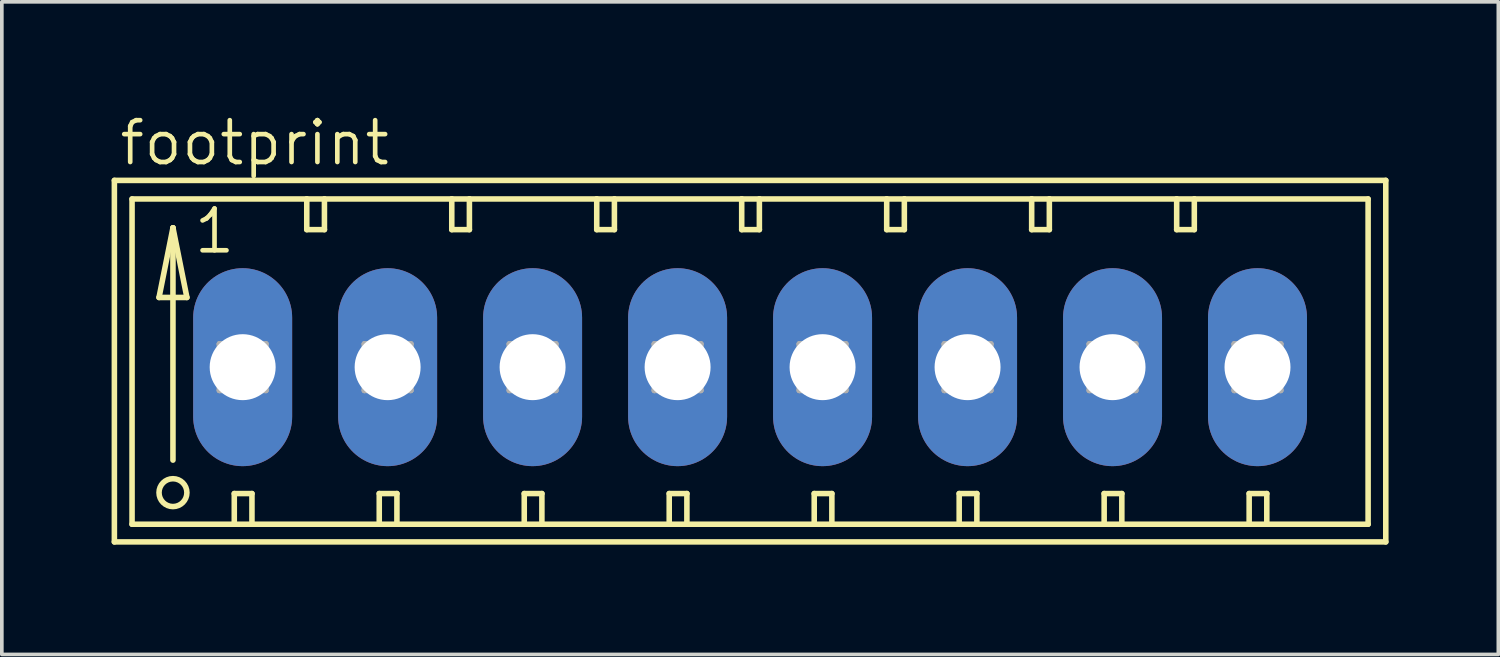
<source format=kicad_pcb>
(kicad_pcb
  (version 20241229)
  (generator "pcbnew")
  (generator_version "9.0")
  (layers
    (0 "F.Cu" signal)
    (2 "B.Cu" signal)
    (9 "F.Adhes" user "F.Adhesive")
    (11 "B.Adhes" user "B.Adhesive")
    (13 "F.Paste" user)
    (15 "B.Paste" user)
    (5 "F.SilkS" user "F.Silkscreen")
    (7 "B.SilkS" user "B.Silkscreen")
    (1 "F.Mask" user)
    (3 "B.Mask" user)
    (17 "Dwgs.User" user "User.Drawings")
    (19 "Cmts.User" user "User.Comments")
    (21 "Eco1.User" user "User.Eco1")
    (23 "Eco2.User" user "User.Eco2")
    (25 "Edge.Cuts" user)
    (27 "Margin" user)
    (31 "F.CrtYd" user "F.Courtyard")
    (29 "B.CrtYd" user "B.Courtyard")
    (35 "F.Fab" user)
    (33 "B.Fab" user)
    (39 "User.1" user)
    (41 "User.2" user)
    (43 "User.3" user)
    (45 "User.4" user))
  (footprint "footprint"
    (layer "F.Cu")
    (at 17.45 6.985)
    (property "Reference" "footprint" (at -17.297 -5.461 0) (layer "F.SilkS") (effects (font (size 1.143 1.143) (thickness 0.127)) (justify left bottom)))
    (fp_line (start -17.374 -5.105) (end -17.374 4.775) (stroke (width 0.152) (type solid)) (layer "F.SilkS"))
    (fp_line (start -17.374 4.775) (end 17.374 4.775) (stroke (width 0.152) (type solid)) (layer "F.SilkS"))
    (fp_line (start -16.891 -4.597) (end -16.891 4.293) (stroke (width 0.152) (type solid)) (layer "F.SilkS"))
    (fp_line (start -16.891 4.293) (end -14.097 4.293) (stroke (width 0.152) (type solid)) (layer "F.SilkS"))
    (fp_line (start -16.154 -1.905) (end -15.392 -1.905) (stroke (width 0.152) (type solid)) (layer "F.SilkS"))
    (fp_line (start -15.773 -3.81) (end -16.154 -1.905) (stroke (width 0.152) (type solid)) (layer "F.SilkS"))
    (fp_line (start -15.773 -3.81) (end -15.392 -1.905) (stroke (width 0.152) (type solid)) (layer "F.SilkS"))
    (fp_line (start -15.773 2.54) (end -15.773 -3.81) (stroke (width 0.152) (type solid)) (layer "F.SilkS"))
    (fp_line (start -14.097 3.454) (end -14.097 4.293) (stroke (width 0.152) (type solid)) (layer "F.SilkS"))
    (fp_line (start -14.097 3.454) (end -13.614 3.454) (stroke (width 0.152) (type solid)) (layer "F.SilkS"))
    (fp_line (start -14.097 4.293) (end -13.614 4.293) (stroke (width 0.152) (type solid)) (layer "F.SilkS"))
    (fp_line (start -13.614 3.454) (end -13.614 4.293) (stroke (width 0.152) (type solid)) (layer "F.SilkS"))
    (fp_line (start -13.614 4.293) (end -10.135 4.293) (stroke (width 0.152) (type solid)) (layer "F.SilkS"))
    (fp_line (start -12.116 -4.597) (end -16.891 -4.597) (stroke (width 0.152) (type solid)) (layer "F.SilkS"))
    (fp_line (start -12.116 -4.597) (end -12.116 -3.759) (stroke (width 0.152) (type solid)) (layer "F.SilkS"))
    (fp_line (start -12.116 -3.759) (end -11.633 -3.759) (stroke (width 0.152) (type solid)) (layer "F.SilkS"))
    (fp_line (start -11.633 -4.597) (end -12.116 -4.597) (stroke (width 0.152) (type solid)) (layer "F.SilkS"))
    (fp_line (start -11.633 -3.759) (end -11.633 -4.597) (stroke (width 0.152) (type solid)) (layer "F.SilkS"))
    (fp_line (start -10.135 3.454) (end -10.135 4.293) (stroke (width 0.152) (type solid)) (layer "F.SilkS"))
    (fp_line (start -10.135 3.454) (end -9.652 3.454) (stroke (width 0.152) (type solid)) (layer "F.SilkS"))
    (fp_line (start -10.135 4.293) (end -9.652 4.293) (stroke (width 0.152) (type solid)) (layer "F.SilkS"))
    (fp_line (start -9.652 3.454) (end -9.652 4.293) (stroke (width 0.152) (type solid)) (layer "F.SilkS"))
    (fp_line (start -9.652 4.293) (end -6.172 4.293) (stroke (width 0.152) (type solid)) (layer "F.SilkS"))
    (fp_line (start -8.153 -4.597) (end -11.633 -4.597) (stroke (width 0.152) (type solid)) (layer "F.SilkS"))
    (fp_line (start -8.153 -3.759) (end -8.153 -4.597) (stroke (width 0.152) (type solid)) (layer "F.SilkS"))
    (fp_line (start -8.153 -3.759) (end -7.671 -3.759) (stroke (width 0.152) (type solid)) (layer "F.SilkS"))
    (fp_line (start -7.671 -4.597) (end -8.153 -4.597) (stroke (width 0.152) (type solid)) (layer "F.SilkS"))
    (fp_line (start -7.671 -3.759) (end -7.671 -4.597) (stroke (width 0.152) (type solid)) (layer "F.SilkS"))
    (fp_line (start -6.172 3.454) (end -6.172 4.293) (stroke (width 0.152) (type solid)) (layer "F.SilkS"))
    (fp_line (start -6.172 3.454) (end -5.69 3.454) (stroke (width 0.152) (type solid)) (layer "F.SilkS"))
    (fp_line (start -6.172 4.293) (end -5.69 4.293) (stroke (width 0.152) (type solid)) (layer "F.SilkS"))
    (fp_line (start -5.69 3.454) (end -5.69 4.293) (stroke (width 0.152) (type solid)) (layer "F.SilkS"))
    (fp_line (start -5.69 4.293) (end -2.21 4.293) (stroke (width 0.152) (type solid)) (layer "F.SilkS"))
    (fp_line (start -4.191 -4.597) (end -7.671 -4.597) (stroke (width 0.152) (type solid)) (layer "F.SilkS"))
    (fp_line (start -4.191 -3.759) (end -4.191 -4.597) (stroke (width 0.152) (type solid)) (layer "F.SilkS"))
    (fp_line (start -4.191 -3.759) (end -3.708 -3.759) (stroke (width 0.152) (type solid)) (layer "F.SilkS"))
    (fp_line (start -3.708 -4.597) (end -4.191 -4.597) (stroke (width 0.152) (type solid)) (layer "F.SilkS"))
    (fp_line (start -3.708 -3.759) (end -3.708 -4.597) (stroke (width 0.152) (type solid)) (layer "F.SilkS"))
    (fp_line (start -2.21 3.454) (end -2.21 4.293) (stroke (width 0.152) (type solid)) (layer "F.SilkS"))
    (fp_line (start -2.21 3.454) (end -1.727 3.454) (stroke (width 0.152) (type solid)) (layer "F.SilkS"))
    (fp_line (start -2.21 4.293) (end -1.727 4.293) (stroke (width 0.152) (type solid)) (layer "F.SilkS"))
    (fp_line (start -1.727 3.454) (end -1.727 4.293) (stroke (width 0.152) (type solid)) (layer "F.SilkS"))
    (fp_line (start -1.727 4.293) (end 1.753 4.293) (stroke (width 0.152) (type solid)) (layer "F.SilkS"))
    (fp_line (start -0.229 -4.597) (end -3.708 -4.597) (stroke (width 0.152) (type solid)) (layer "F.SilkS"))
    (fp_line (start -0.229 -3.759) (end -0.229 -4.597) (stroke (width 0.152) (type solid)) (layer "F.SilkS"))
    (fp_line (start -0.229 -3.759) (end 0.254 -3.759) (stroke (width 0.152) (type solid)) (layer "F.SilkS"))
    (fp_line (start 0.254 -4.597) (end -0.229 -4.597) (stroke (width 0.152) (type solid)) (layer "F.SilkS"))
    (fp_line (start 0.254 -3.759) (end 0.254 -4.597) (stroke (width 0.152) (type solid)) (layer "F.SilkS"))
    (fp_line (start 1.753 3.454) (end 1.753 4.293) (stroke (width 0.152) (type solid)) (layer "F.SilkS"))
    (fp_line (start 1.753 3.454) (end 2.235 3.454) (stroke (width 0.152) (type solid)) (layer "F.SilkS"))
    (fp_line (start 1.753 4.293) (end 2.235 4.293) (stroke (width 0.152) (type solid)) (layer "F.SilkS"))
    (fp_line (start 2.235 3.454) (end 2.235 4.293) (stroke (width 0.152) (type solid)) (layer "F.SilkS"))
    (fp_line (start 2.235 4.293) (end 5.715 4.293) (stroke (width 0.152) (type solid)) (layer "F.SilkS"))
    (fp_line (start 3.734 -4.597) (end 0.254 -4.597) (stroke (width 0.152) (type solid)) (layer "F.SilkS"))
    (fp_line (start 3.734 -3.759) (end 3.734 -4.597) (stroke (width 0.152) (type solid)) (layer "F.SilkS"))
    (fp_line (start 3.734 -3.759) (end 4.216 -3.759) (stroke (width 0.152) (type solid)) (layer "F.SilkS"))
    (fp_line (start 4.216 -4.597) (end 3.734 -4.597) (stroke (width 0.152) (type solid)) (layer "F.SilkS"))
    (fp_line (start 4.216 -3.759) (end 4.216 -4.597) (stroke (width 0.152) (type solid)) (layer "F.SilkS"))
    (fp_line (start 5.715 3.454) (end 5.715 4.293) (stroke (width 0.152) (type solid)) (layer "F.SilkS"))
    (fp_line (start 5.715 3.454) (end 6.198 3.454) (stroke (width 0.152) (type solid)) (layer "F.SilkS"))
    (fp_line (start 5.715 4.293) (end 6.198 4.293) (stroke (width 0.152) (type solid)) (layer "F.SilkS"))
    (fp_line (start 6.198 3.454) (end 6.198 4.293) (stroke (width 0.152) (type solid)) (layer "F.SilkS"))
    (fp_line (start 6.198 4.293) (end 9.677 4.293) (stroke (width 0.152) (type solid)) (layer "F.SilkS"))
    (fp_line (start 7.696 -4.597) (end 4.216 -4.597) (stroke (width 0.152) (type solid)) (layer "F.SilkS"))
    (fp_line (start 7.696 -3.759) (end 7.696 -4.597) (stroke (width 0.152) (type solid)) (layer "F.SilkS"))
    (fp_line (start 7.696 -3.759) (end 8.179 -3.759) (stroke (width 0.152) (type solid)) (layer "F.SilkS"))
    (fp_line (start 8.179 -4.597) (end 7.696 -4.597) (stroke (width 0.152) (type solid)) (layer "F.SilkS"))
    (fp_line (start 8.179 -3.759) (end 8.179 -4.597) (stroke (width 0.152) (type solid)) (layer "F.SilkS"))
    (fp_line (start 9.677 3.454) (end 9.677 4.293) (stroke (width 0.152) (type solid)) (layer "F.SilkS"))
    (fp_line (start 9.677 3.454) (end 10.16 3.454) (stroke (width 0.152) (type solid)) (layer "F.SilkS"))
    (fp_line (start 9.677 4.293) (end 10.16 4.293) (stroke (width 0.152) (type solid)) (layer "F.SilkS"))
    (fp_line (start 10.16 3.454) (end 10.16 4.293) (stroke (width 0.152) (type solid)) (layer "F.SilkS"))
    (fp_line (start 10.16 4.293) (end 13.64 4.293) (stroke (width 0.152) (type solid)) (layer "F.SilkS"))
    (fp_line (start 11.659 -4.597) (end 8.179 -4.597) (stroke (width 0.152) (type solid)) (layer "F.SilkS"))
    (fp_line (start 11.659 -3.759) (end 11.659 -4.597) (stroke (width 0.152) (type solid)) (layer "F.SilkS"))
    (fp_line (start 11.659 -3.759) (end 12.141 -3.759) (stroke (width 0.152) (type solid)) (layer "F.SilkS"))
    (fp_line (start 12.141 -4.597) (end 11.659 -4.597) (stroke (width 0.152) (type solid)) (layer "F.SilkS"))
    (fp_line (start 12.141 -3.759) (end 12.141 -4.597) (stroke (width 0.152) (type solid)) (layer "F.SilkS"))
    (fp_line (start 13.64 3.454) (end 13.64 4.293) (stroke (width 0.152) (type solid)) (layer "F.SilkS"))
    (fp_line (start 13.64 3.454) (end 14.122 3.454) (stroke (width 0.152) (type solid)) (layer "F.SilkS"))
    (fp_line (start 13.64 4.293) (end 14.122 4.293) (stroke (width 0.152) (type solid)) (layer "F.SilkS"))
    (fp_line (start 14.122 3.454) (end 14.122 4.293) (stroke (width 0.152) (type solid)) (layer "F.SilkS"))
    (fp_line (start 14.122 4.293) (end 16.891 4.293) (stroke (width 0.152) (type solid)) (layer "F.SilkS"))
    (fp_line (start 16.891 -4.597) (end 12.141 -4.597) (stroke (width 0.152) (type solid)) (layer "F.SilkS"))
    (fp_line (start 16.891 4.293) (end 16.891 -4.597) (stroke (width 0.152) (type solid)) (layer "F.SilkS"))
    (fp_line (start 17.374 -5.105) (end -17.374 -5.105) (stroke (width 0.152) (type solid)) (layer "F.SilkS"))
    (fp_line (start 17.374 4.775) (end 17.374 -5.105) (stroke (width 0.152) (type solid)) (layer "F.SilkS"))
    (fp_circle (center -15.773 3.429) (end -15.392 3.429) (stroke (width 0.152) (type solid)) (fill no) (layer "F.SilkS"))
    (fp_line (start -14.503 -0.635) (end -14.503 0.635) (stroke (width 0.152) (type solid)) (layer "F.Fab"))
    (fp_line (start -14.503 -0.635) (end -13.233 0.635) (stroke (width 0.152) (type solid)) (layer "F.Fab"))
    (fp_line (start -14.503 0.635) (end -13.233 0.635) (stroke (width 0.152) (type solid)) (layer "F.Fab"))
    (fp_line (start -13.233 -0.635) (end -14.503 -0.635) (stroke (width 0.152) (type solid)) (layer "F.Fab"))
    (fp_line (start -13.233 -0.635) (end -14.503 0.635) (stroke (width 0.152) (type solid)) (layer "F.Fab"))
    (fp_line (start -13.233 0.635) (end -13.233 -0.635) (stroke (width 0.152) (type solid)) (layer "F.Fab"))
    (fp_line (start -10.541 -0.635) (end -10.541 0.635) (stroke (width 0.152) (type solid)) (layer "F.Fab"))
    (fp_line (start -10.541 -0.635) (end -9.271 0.635) (stroke (width 0.152) (type solid)) (layer "F.Fab"))
    (fp_line (start -10.541 0.635) (end -9.271 0.635) (stroke (width 0.152) (type solid)) (layer "F.Fab"))
    (fp_line (start -9.271 -0.635) (end -10.541 -0.635) (stroke (width 0.152) (type solid)) (layer "F.Fab"))
    (fp_line (start -9.271 -0.635) (end -10.541 0.635) (stroke (width 0.152) (type solid)) (layer "F.Fab"))
    (fp_line (start -9.271 0.635) (end -9.271 -0.635) (stroke (width 0.152) (type solid)) (layer "F.Fab"))
    (fp_line (start -6.579 -0.635) (end -6.579 0.635) (stroke (width 0.152) (type solid)) (layer "F.Fab"))
    (fp_line (start -6.579 -0.635) (end -5.309 0.635) (stroke (width 0.152) (type solid)) (layer "F.Fab"))
    (fp_line (start -6.579 0.635) (end -5.309 0.635) (stroke (width 0.152) (type solid)) (layer "F.Fab"))
    (fp_line (start -5.309 -0.635) (end -6.579 -0.635) (stroke (width 0.152) (type solid)) (layer "F.Fab"))
    (fp_line (start -5.309 -0.635) (end -6.579 0.635) (stroke (width 0.152) (type solid)) (layer "F.Fab"))
    (fp_line (start -5.309 0.635) (end -5.309 -0.635) (stroke (width 0.152) (type solid)) (layer "F.Fab"))
    (fp_line (start -2.616 -0.635) (end -2.616 0.635) (stroke (width 0.152) (type solid)) (layer "F.Fab"))
    (fp_line (start -2.616 -0.635) (end -1.346 0.635) (stroke (width 0.152) (type solid)) (layer "F.Fab"))
    (fp_line (start -2.616 0.635) (end -1.346 0.635) (stroke (width 0.152) (type solid)) (layer "F.Fab"))
    (fp_line (start -1.346 -0.635) (end -2.616 -0.635) (stroke (width 0.152) (type solid)) (layer "F.Fab"))
    (fp_line (start -1.346 -0.635) (end -2.616 0.635) (stroke (width 0.152) (type solid)) (layer "F.Fab"))
    (fp_line (start -1.346 0.635) (end -1.346 -0.635) (stroke (width 0.152) (type solid)) (layer "F.Fab"))
    (fp_line (start 1.346 -0.635) (end 1.346 0.635) (stroke (width 0.152) (type solid)) (layer "F.Fab"))
    (fp_line (start 1.346 -0.635) (end 2.616 0.635) (stroke (width 0.152) (type solid)) (layer "F.Fab"))
    (fp_line (start 1.346 0.635) (end 2.616 0.635) (stroke (width 0.152) (type solid)) (layer "F.Fab"))
    (fp_line (start 2.616 -0.635) (end 1.346 -0.635) (stroke (width 0.152) (type solid)) (layer "F.Fab"))
    (fp_line (start 2.616 -0.635) (end 1.346 0.635) (stroke (width 0.152) (type solid)) (layer "F.Fab"))
    (fp_line (start 2.616 0.635) (end 2.616 -0.635) (stroke (width 0.152) (type solid)) (layer "F.Fab"))
    (fp_line (start 5.309 -0.635) (end 5.309 0.635) (stroke (width 0.152) (type solid)) (layer "F.Fab"))
    (fp_line (start 5.309 -0.635) (end 6.579 0.635) (stroke (width 0.152) (type solid)) (layer "F.Fab"))
    (fp_line (start 5.309 0.635) (end 6.579 0.635) (stroke (width 0.152) (type solid)) (layer "F.Fab"))
    (fp_line (start 6.579 -0.635) (end 5.309 -0.635) (stroke (width 0.152) (type solid)) (layer "F.Fab"))
    (fp_line (start 6.579 -0.635) (end 5.309 0.635) (stroke (width 0.152) (type solid)) (layer "F.Fab"))
    (fp_line (start 6.579 0.635) (end 6.579 -0.635) (stroke (width 0.152) (type solid)) (layer "F.Fab"))
    (fp_line (start 9.271 -0.635) (end 9.271 0.635) (stroke (width 0.152) (type solid)) (layer "F.Fab"))
    (fp_line (start 9.271 -0.635) (end 10.541 0.635) (stroke (width 0.152) (type solid)) (layer "F.Fab"))
    (fp_line (start 9.271 0.635) (end 10.541 0.635) (stroke (width 0.152) (type solid)) (layer "F.Fab"))
    (fp_line (start 10.541 -0.635) (end 9.271 -0.635) (stroke (width 0.152) (type solid)) (layer "F.Fab"))
    (fp_line (start 10.541 -0.635) (end 9.271 0.635) (stroke (width 0.152) (type solid)) (layer "F.Fab"))
    (fp_line (start 10.541 0.635) (end 10.541 -0.635) (stroke (width 0.152) (type solid)) (layer "F.Fab"))
    (fp_line (start 13.233 -0.635) (end 13.233 0.635) (stroke (width 0.152) (type solid)) (layer "F.Fab"))
    (fp_line (start 13.233 -0.635) (end 14.503 0.635) (stroke (width 0.152) (type solid)) (layer "F.Fab"))
    (fp_line (start 13.233 0.635) (end 14.503 0.635) (stroke (width 0.152) (type solid)) (layer "F.Fab"))
    (fp_line (start 14.503 -0.635) (end 13.233 -0.635) (stroke (width 0.152) (type solid)) (layer "F.Fab"))
    (fp_line (start 14.503 -0.635) (end 13.233 0.635) (stroke (width 0.152) (type solid)) (layer "F.Fab"))
    (fp_line (start 14.503 0.635) (end 14.503 -0.635) (stroke (width 0.152) (type solid)) (layer "F.Fab"))
    (fp_text user "1" (at -15.265 -3.048 0) (layer "F.SilkS") (effects (font (size 1.143 1.143) (thickness 0.127)) (justify left bottom)))
    (pad "1" thru_hole oval (at -13.868 0 90) (size 5.41 2.705) (drill 1.803) (layers "*.Cu" "*.Mask"))
    (pad "2" thru_hole oval (at -9.906 0 90) (size 5.41 2.705) (drill 1.803) (layers "*.Cu" "*.Mask"))
    (pad "3" thru_hole oval (at -5.944 0 90) (size 5.41 2.705) (drill 1.803) (layers "*.Cu" "*.Mask"))
    (pad "4" thru_hole oval (at -1.981 0 90) (size 5.41 2.705) (drill 1.803) (layers "*.Cu" "*.Mask"))
    (pad "5" thru_hole oval (at 1.981 0 90) (size 5.41 2.705) (drill 1.803) (layers "*.Cu" "*.Mask"))
    (pad "6" thru_hole oval (at 5.944 0 90) (size 5.41 2.705) (drill 1.803) (layers "*.Cu" "*.Mask"))
    (pad "7" thru_hole oval (at 9.906 0 90) (size 5.41 2.705) (drill 1.803) (layers "*.Cu" "*.Mask"))
    (pad "8" thru_hole oval (at 13.868 0 90) (size 5.41 2.705) (drill 1.803) (layers "*.Cu" "*.Mask")))
  (gr_rect
    (start -3 -3)
    (end 37.9 14.836)
    (stroke (width 0.1) (type default))
    (fill no)
    (layer "Edge.Cuts")))
</source>
